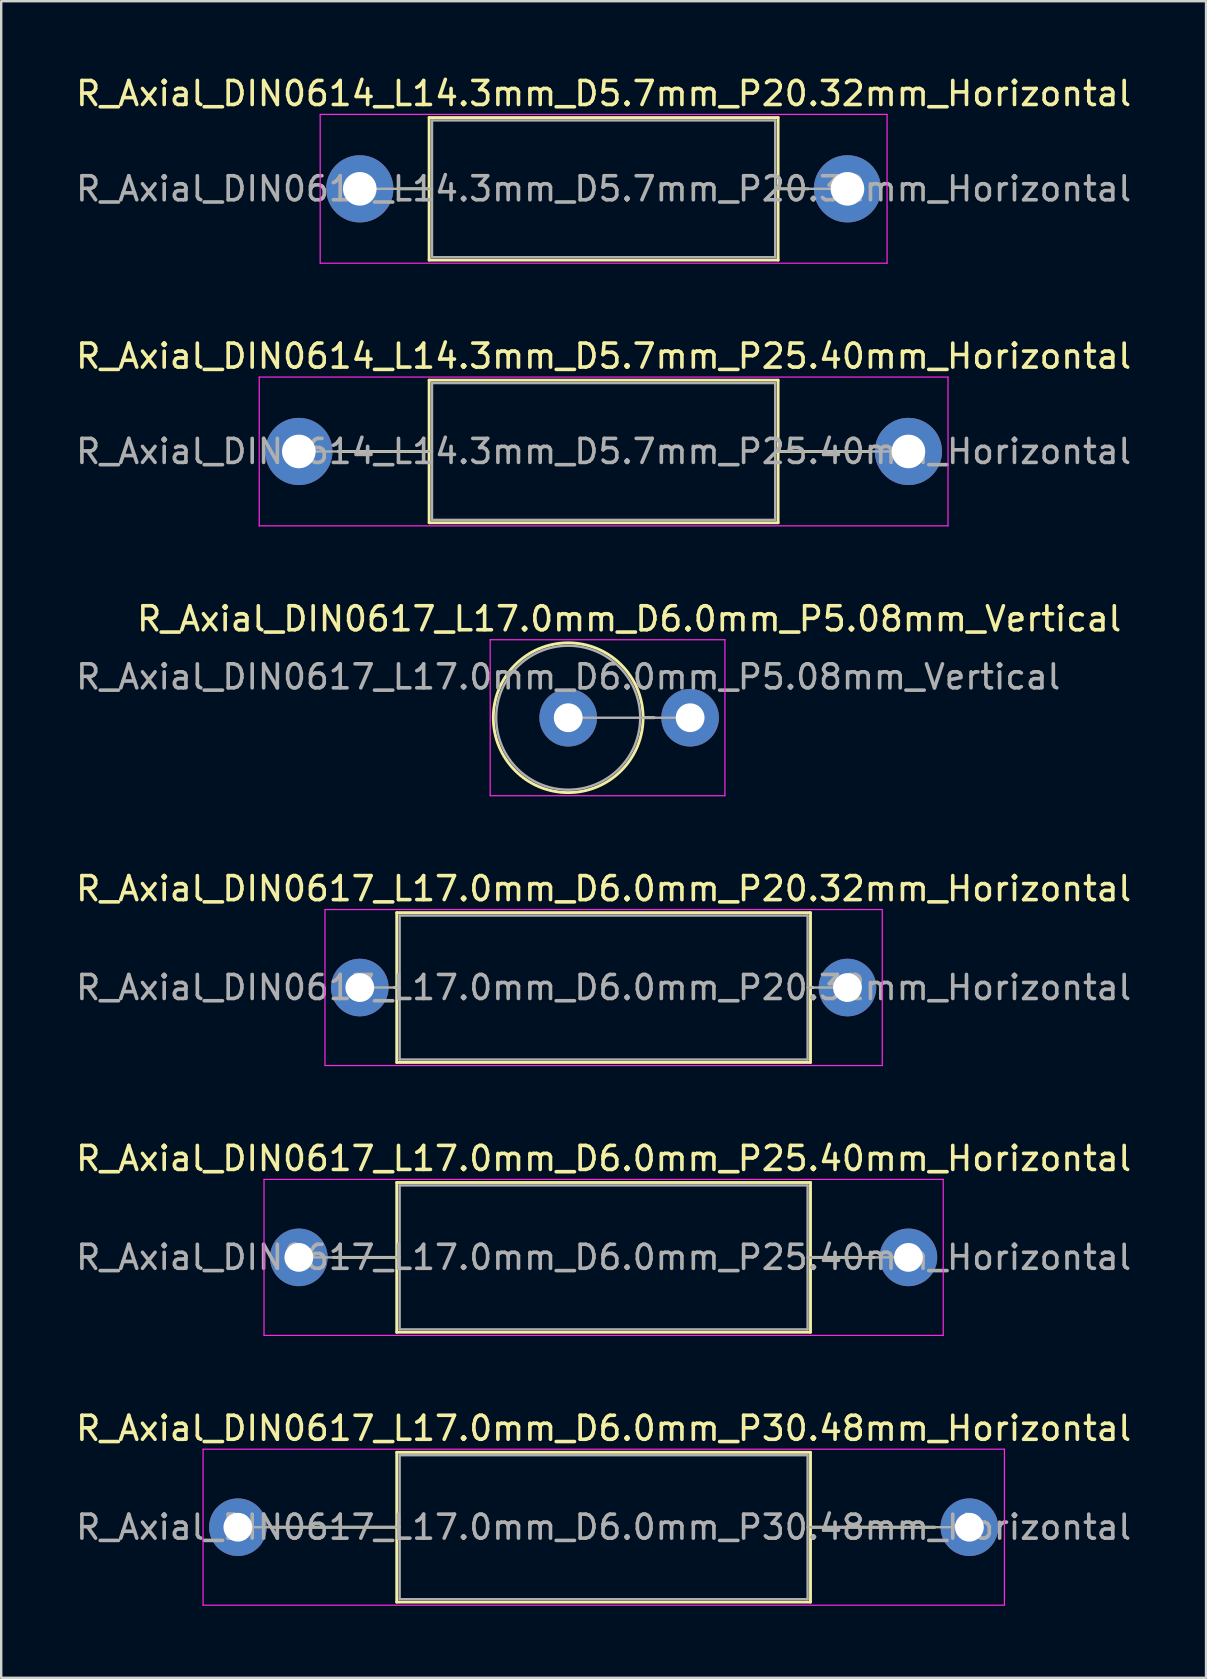
<source format=kicad_pcb>
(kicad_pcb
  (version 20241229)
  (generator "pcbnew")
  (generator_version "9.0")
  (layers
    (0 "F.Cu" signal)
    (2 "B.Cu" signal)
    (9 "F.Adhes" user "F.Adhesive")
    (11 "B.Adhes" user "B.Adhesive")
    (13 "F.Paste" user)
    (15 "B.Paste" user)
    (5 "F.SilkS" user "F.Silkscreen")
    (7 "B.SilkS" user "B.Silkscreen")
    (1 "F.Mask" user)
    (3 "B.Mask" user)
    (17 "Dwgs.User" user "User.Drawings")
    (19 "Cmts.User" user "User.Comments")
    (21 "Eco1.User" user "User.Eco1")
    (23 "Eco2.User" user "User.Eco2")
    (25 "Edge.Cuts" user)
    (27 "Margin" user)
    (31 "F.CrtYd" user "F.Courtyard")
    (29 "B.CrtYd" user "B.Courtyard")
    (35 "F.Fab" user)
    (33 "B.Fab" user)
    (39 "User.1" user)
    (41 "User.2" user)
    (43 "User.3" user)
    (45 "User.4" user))
  (footprint "R_Axial_DIN0614_L14.3mm_D5.7mm_P20.32mm_Horizontal"
    (layer "F.Cu")
    (at 11.941 4.818)
    (property "Reference" "R_Axial_DIN0614_L14.3mm_D5.7mm_P20.32mm_Horizontal" (at 10.16 -3.97 0) (layer "F.SilkS") (effects (font (size 1 1) (thickness 0.15))))
    (attr through_hole)
    (fp_line (start 1.64 0) (end 2.89 0) (stroke (width 0.12) (type solid)) (layer "F.SilkS"))
    (fp_line (start 2.89 -2.97) (end 2.89 2.97) (stroke (width 0.12) (type solid)) (layer "F.SilkS"))
    (fp_line (start 2.89 2.97) (end 17.43 2.97) (stroke (width 0.12) (type solid)) (layer "F.SilkS"))
    (fp_line (start 17.43 -2.97) (end 2.89 -2.97) (stroke (width 0.12) (type solid)) (layer "F.SilkS"))
    (fp_line (start 17.43 2.97) (end 17.43 -2.97) (stroke (width 0.12) (type solid)) (layer "F.SilkS"))
    (fp_line (start 18.68 0) (end 17.43 0) (stroke (width 0.12) (type solid)) (layer "F.SilkS"))
    (fp_line (start -1.65 -3.1) (end -1.65 3.1) (stroke (width 0.05) (type solid)) (layer "F.CrtYd"))
    (fp_line (start -1.65 3.1) (end 21.97 3.1) (stroke (width 0.05) (type solid)) (layer "F.CrtYd"))
    (fp_line (start 21.97 -3.1) (end -1.65 -3.1) (stroke (width 0.05) (type solid)) (layer "F.CrtYd"))
    (fp_line (start 21.97 3.1) (end 21.97 -3.1) (stroke (width 0.05) (type solid)) (layer "F.CrtYd"))
    (fp_line (start 0 0) (end 3.01 0) (stroke (width 0.1) (type solid)) (layer "F.Fab"))
    (fp_line (start 3.01 -2.85) (end 3.01 2.85) (stroke (width 0.1) (type solid)) (layer "F.Fab"))
    (fp_line (start 3.01 2.85) (end 17.31 2.85) (stroke (width 0.1) (type solid)) (layer "F.Fab"))
    (fp_line (start 17.31 -2.85) (end 3.01 -2.85) (stroke (width 0.1) (type solid)) (layer "F.Fab"))
    (fp_line (start 17.31 2.85) (end 17.31 -2.85) (stroke (width 0.1) (type solid)) (layer "F.Fab"))
    (fp_line (start 20.32 0) (end 17.31 0) (stroke (width 0.1) (type solid)) (layer "F.Fab"))
    (fp_text user "${REFERENCE}" (at 10.16 0 0) (layer "F.Fab") (effects (font (size 1 1) (thickness 0.15))))
    (pad "1" thru_hole circle (at 0 0) (size 2.8 2.8) (drill 1.4) (layers "*.Cu" "*.Mask"))
    (pad "2" thru_hole oval (at 20.32 0) (size 2.8 2.8) (drill 1.4) (layers "*.Cu" "*.Mask")))
  (footprint "R_Axial_DIN0617_L17.0mm_D6.0mm_P20.32mm_Horizontal"
    (layer "F.Cu")
    (at 11.941 38.098)
    (property "Reference" "R_Axial_DIN0617_L17.0mm_D6.0mm_P20.32mm_Horizontal" (at 10.16 -4.12 0) (layer "F.SilkS") (effects (font (size 1 1) (thickness 0.15))))
    (attr through_hole)
    (fp_line (start 1.44 0) (end 1.54 0) (stroke (width 0.12) (type solid)) (layer "F.SilkS"))
    (fp_line (start 1.54 -3.12) (end 1.54 3.12) (stroke (width 0.12) (type solid)) (layer "F.SilkS"))
    (fp_line (start 1.54 3.12) (end 18.78 3.12) (stroke (width 0.12) (type solid)) (layer "F.SilkS"))
    (fp_line (start 18.78 -3.12) (end 1.54 -3.12) (stroke (width 0.12) (type solid)) (layer "F.SilkS"))
    (fp_line (start 18.78 3.12) (end 18.78 -3.12) (stroke (width 0.12) (type solid)) (layer "F.SilkS"))
    (fp_line (start 18.88 0) (end 18.78 0) (stroke (width 0.12) (type solid)) (layer "F.SilkS"))
    (fp_line (start -1.45 -3.25) (end -1.45 3.25) (stroke (width 0.05) (type solid)) (layer "F.CrtYd"))
    (fp_line (start -1.45 3.25) (end 21.77 3.25) (stroke (width 0.05) (type solid)) (layer "F.CrtYd"))
    (fp_line (start 21.77 -3.25) (end -1.45 -3.25) (stroke (width 0.05) (type solid)) (layer "F.CrtYd"))
    (fp_line (start 21.77 3.25) (end 21.77 -3.25) (stroke (width 0.05) (type solid)) (layer "F.CrtYd"))
    (fp_line (start 0 0) (end 1.66 0) (stroke (width 0.1) (type solid)) (layer "F.Fab"))
    (fp_line (start 1.66 -3) (end 1.66 3) (stroke (width 0.1) (type solid)) (layer "F.Fab"))
    (fp_line (start 1.66 3) (end 18.66 3) (stroke (width 0.1) (type solid)) (layer "F.Fab"))
    (fp_line (start 18.66 -3) (end 1.66 -3) (stroke (width 0.1) (type solid)) (layer "F.Fab"))
    (fp_line (start 18.66 3) (end 18.66 -3) (stroke (width 0.1) (type solid)) (layer "F.Fab"))
    (fp_line (start 20.32 0) (end 18.66 0) (stroke (width 0.1) (type solid)) (layer "F.Fab"))
    (fp_text user "${REFERENCE}" (at 10.16 0 0) (layer "F.Fab") (effects (font (size 1 1) (thickness 0.15))))
    (pad "1" thru_hole circle (at 0 0) (size 2.4 2.4) (drill 1.2) (layers "*.Cu" "*.Mask"))
    (pad "2" thru_hole oval (at 20.32 0) (size 2.4 2.4) (drill 1.2) (layers "*.Cu" "*.Mask")))
  (footprint "R_Axial_DIN0614_L14.3mm_D5.7mm_P25.40mm_Horizontal"
    (layer "F.Cu")
    (at 9.401 15.761)
    (property "Reference" "R_Axial_DIN0614_L14.3mm_D5.7mm_P25.40mm_Horizontal" (at 12.7 -3.97 0) (layer "F.SilkS") (effects (font (size 1 1) (thickness 0.15))))
    (attr through_hole)
    (fp_line (start 1.64 0) (end 5.43 0) (stroke (width 0.12) (type solid)) (layer "F.SilkS"))
    (fp_line (start 5.43 -2.97) (end 5.43 2.97) (stroke (width 0.12) (type solid)) (layer "F.SilkS"))
    (fp_line (start 5.43 2.97) (end 19.97 2.97) (stroke (width 0.12) (type solid)) (layer "F.SilkS"))
    (fp_line (start 19.97 -2.97) (end 5.43 -2.97) (stroke (width 0.12) (type solid)) (layer "F.SilkS"))
    (fp_line (start 19.97 2.97) (end 19.97 -2.97) (stroke (width 0.12) (type solid)) (layer "F.SilkS"))
    (fp_line (start 23.76 0) (end 19.97 0) (stroke (width 0.12) (type solid)) (layer "F.SilkS"))
    (fp_line (start -1.65 -3.1) (end -1.65 3.1) (stroke (width 0.05) (type solid)) (layer "F.CrtYd"))
    (fp_line (start -1.65 3.1) (end 27.05 3.1) (stroke (width 0.05) (type solid)) (layer "F.CrtYd"))
    (fp_line (start 27.05 -3.1) (end -1.65 -3.1) (stroke (width 0.05) (type solid)) (layer "F.CrtYd"))
    (fp_line (start 27.05 3.1) (end 27.05 -3.1) (stroke (width 0.05) (type solid)) (layer "F.CrtYd"))
    (fp_line (start 0 0) (end 5.55 0) (stroke (width 0.1) (type solid)) (layer "F.Fab"))
    (fp_line (start 5.55 -2.85) (end 5.55 2.85) (stroke (width 0.1) (type solid)) (layer "F.Fab"))
    (fp_line (start 5.55 2.85) (end 19.85 2.85) (stroke (width 0.1) (type solid)) (layer "F.Fab"))
    (fp_line (start 19.85 -2.85) (end 5.55 -2.85) (stroke (width 0.1) (type solid)) (layer "F.Fab"))
    (fp_line (start 19.85 2.85) (end 19.85 -2.85) (stroke (width 0.1) (type solid)) (layer "F.Fab"))
    (fp_line (start 25.4 0) (end 19.85 0) (stroke (width 0.1) (type solid)) (layer "F.Fab"))
    (fp_text user "${REFERENCE}" (at 12.7 0 0) (layer "F.Fab") (effects (font (size 1 1) (thickness 0.15))))
    (pad "1" thru_hole circle (at 0 0) (size 2.8 2.8) (drill 1.4) (layers "*.Cu" "*.Mask"))
    (pad "2" thru_hole oval (at 25.4 0) (size 2.8 2.8) (drill 1.4) (layers "*.Cu" "*.Mask")))
  (footprint "R_Axial_DIN0617_L17.0mm_D6.0mm_P30.48mm_Horizontal"
    (layer "F.Cu")
    (at 6.861 60.584)
    (property "Reference" "R_Axial_DIN0617_L17.0mm_D6.0mm_P30.48mm_Horizontal" (at 15.24 -4.12 0) (layer "F.SilkS") (effects (font (size 1 1) (thickness 0.15))))
    (attr through_hole)
    (fp_line (start 1.44 0) (end 6.62 0) (stroke (width 0.12) (type solid)) (layer "F.SilkS"))
    (fp_line (start 6.62 -3.12) (end 6.62 3.12) (stroke (width 0.12) (type solid)) (layer "F.SilkS"))
    (fp_line (start 6.62 3.12) (end 23.86 3.12) (stroke (width 0.12) (type solid)) (layer "F.SilkS"))
    (fp_line (start 23.86 -3.12) (end 6.62 -3.12) (stroke (width 0.12) (type solid)) (layer "F.SilkS"))
    (fp_line (start 23.86 3.12) (end 23.86 -3.12) (stroke (width 0.12) (type solid)) (layer "F.SilkS"))
    (fp_line (start 29.04 0) (end 23.86 0) (stroke (width 0.12) (type solid)) (layer "F.SilkS"))
    (fp_line (start -1.45 -3.25) (end -1.45 3.25) (stroke (width 0.05) (type solid)) (layer "F.CrtYd"))
    (fp_line (start -1.45 3.25) (end 31.94 3.25) (stroke (width 0.05) (type solid)) (layer "F.CrtYd"))
    (fp_line (start 31.94 -3.25) (end -1.45 -3.25) (stroke (width 0.05) (type solid)) (layer "F.CrtYd"))
    (fp_line (start 31.94 3.25) (end 31.94 -3.25) (stroke (width 0.05) (type solid)) (layer "F.CrtYd"))
    (fp_line (start 0 0) (end 6.74 0) (stroke (width 0.1) (type solid)) (layer "F.Fab"))
    (fp_line (start 6.74 -3) (end 6.74 3) (stroke (width 0.1) (type solid)) (layer "F.Fab"))
    (fp_line (start 6.74 3) (end 23.74 3) (stroke (width 0.1) (type solid)) (layer "F.Fab"))
    (fp_line (start 23.74 -3) (end 6.74 -3) (stroke (width 0.1) (type solid)) (layer "F.Fab"))
    (fp_line (start 23.74 3) (end 23.74 -3) (stroke (width 0.1) (type solid)) (layer "F.Fab"))
    (fp_line (start 30.48 0) (end 23.74 0) (stroke (width 0.1) (type solid)) (layer "F.Fab"))
    (fp_text user "${REFERENCE}" (at 15.24 0 0) (layer "F.Fab") (effects (font (size 1 1) (thickness 0.15))))
    (pad "1" thru_hole circle (at 0 0) (size 2.4 2.4) (drill 1.2) (layers "*.Cu" "*.Mask"))
    (pad "2" thru_hole oval (at 30.48 0) (size 2.4 2.4) (drill 1.2) (layers "*.Cu" "*.Mask")))
  (footprint "R_Axial_DIN0617_L17.0mm_D6.0mm_P25.40mm_Horizontal"
    (layer "F.Cu")
    (at 9.401 49.341)
    (property "Reference" "R_Axial_DIN0617_L17.0mm_D6.0mm_P25.40mm_Horizontal" (at 12.7 -4.12 0) (layer "F.SilkS") (effects (font (size 1 1) (thickness 0.15))))
    (attr through_hole)
    (fp_line (start 1.44 0) (end 4.08 0) (stroke (width 0.12) (type solid)) (layer "F.SilkS"))
    (fp_line (start 4.08 -3.12) (end 4.08 3.12) (stroke (width 0.12) (type solid)) (layer "F.SilkS"))
    (fp_line (start 4.08 3.12) (end 21.32 3.12) (stroke (width 0.12) (type solid)) (layer "F.SilkS"))
    (fp_line (start 21.32 -3.12) (end 4.08 -3.12) (stroke (width 0.12) (type solid)) (layer "F.SilkS"))
    (fp_line (start 21.32 3.12) (end 21.32 -3.12) (stroke (width 0.12) (type solid)) (layer "F.SilkS"))
    (fp_line (start 23.96 0) (end 21.32 0) (stroke (width 0.12) (type solid)) (layer "F.SilkS"))
    (fp_line (start -1.45 -3.25) (end -1.45 3.25) (stroke (width 0.05) (type solid)) (layer "F.CrtYd"))
    (fp_line (start -1.45 3.25) (end 26.85 3.25) (stroke (width 0.05) (type solid)) (layer "F.CrtYd"))
    (fp_line (start 26.85 -3.25) (end -1.45 -3.25) (stroke (width 0.05) (type solid)) (layer "F.CrtYd"))
    (fp_line (start 26.85 3.25) (end 26.85 -3.25) (stroke (width 0.05) (type solid)) (layer "F.CrtYd"))
    (fp_line (start 0 0) (end 4.2 0) (stroke (width 0.1) (type solid)) (layer "F.Fab"))
    (fp_line (start 4.2 -3) (end 4.2 3) (stroke (width 0.1) (type solid)) (layer "F.Fab"))
    (fp_line (start 4.2 3) (end 21.2 3) (stroke (width 0.1) (type solid)) (layer "F.Fab"))
    (fp_line (start 21.2 -3) (end 4.2 -3) (stroke (width 0.1) (type solid)) (layer "F.Fab"))
    (fp_line (start 21.2 3) (end 21.2 -3) (stroke (width 0.1) (type solid)) (layer "F.Fab"))
    (fp_line (start 25.4 0) (end 21.2 0) (stroke (width 0.1) (type solid)) (layer "F.Fab"))
    (fp_text user "${REFERENCE}" (at 12.7 0 0) (layer "F.Fab") (effects (font (size 1 1) (thickness 0.15))))
    (pad "1" thru_hole circle (at 0 0) (size 2.4 2.4) (drill 1.2) (layers "*.Cu" "*.Mask"))
    (pad "2" thru_hole oval (at 25.4 0) (size 2.4 2.4) (drill 1.2) (layers "*.Cu" "*.Mask")))
  (footprint "R_Axial_DIN0617_L17.0mm_D6.0mm_P5.08mm_Vertical"
    (layer "F.Cu")
    (at 20.625 26.855)
    (property "Reference" "R_Axial_DIN0617_L17.0mm_D6.0mm_P5.08mm_Vertical" (at 2.54 -4.12 0) (layer "F.SilkS") (effects (font (size 1 1) (thickness 0.15))))
    (attr through_hole)
    (fp_line (start 3.12 0) (end 3.58 0) (stroke (width 0.12) (type solid)) (layer "F.SilkS"))
    (fp_circle (center 0 0) (end 3.12 0) (stroke (width 0.12) (type solid)) (fill no) (layer "F.SilkS"))
    (fp_line (start -3.25 -3.25) (end -3.25 3.25) (stroke (width 0.05) (type solid)) (layer "F.CrtYd"))
    (fp_line (start -3.25 3.25) (end 6.53 3.25) (stroke (width 0.05) (type solid)) (layer "F.CrtYd"))
    (fp_line (start 6.53 -3.25) (end -3.25 -3.25) (stroke (width 0.05) (type solid)) (layer "F.CrtYd"))
    (fp_line (start 6.53 3.25) (end 6.53 -3.25) (stroke (width 0.05) (type solid)) (layer "F.CrtYd"))
    (fp_line (start 0 0) (end 5.08 0) (stroke (width 0.1) (type solid)) (layer "F.Fab"))
    (fp_circle (center 0 0) (end 3 0) (stroke (width 0.1) (type solid)) (fill no) (layer "F.Fab"))
    (fp_text user "${REFERENCE}" (at 0 -1.7 0) (layer "F.Fab") (effects (font (size 1 1) (thickness 0.15))))
    (pad "1" thru_hole circle (at 0 0) (size 2.4 2.4) (drill 1.2) (layers "*.Cu" "*.Mask"))
    (pad "2" thru_hole oval (at 5.08 0) (size 2.4 2.4) (drill 1.2) (layers "*.Cu" "*.Mask")))
  (gr_rect
    (start -3 -3)
    (end 47.202 66.859)
    (stroke (width 0.1) (type default))
    (fill no)
    (layer "Edge.Cuts")))
</source>
